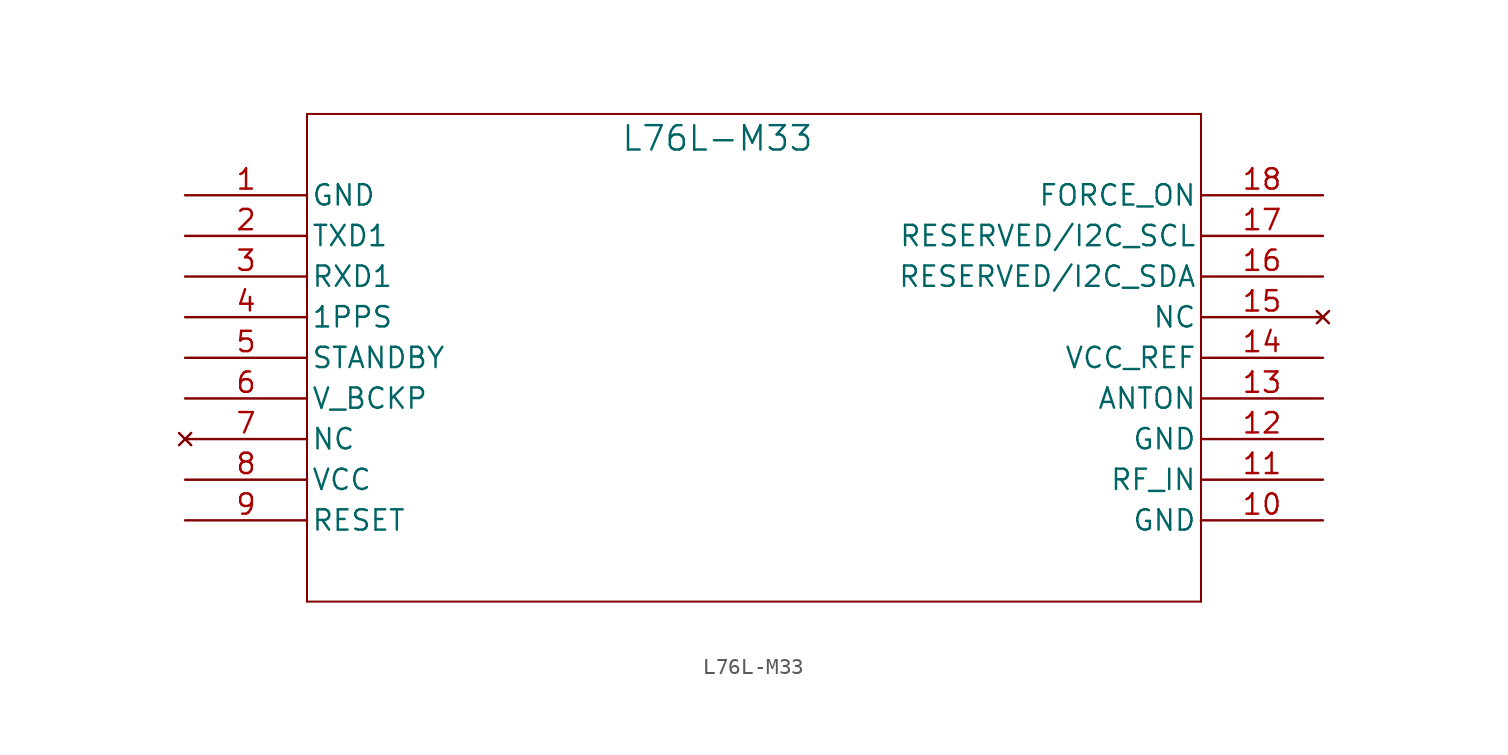
<source format=kicad_sym>
(kicad_symbol_lib
  (version 20231120)
  (generator "kicad_symbol_editor")
  (generator_version "8.0")
  (symbol "L76L-M33"
    (pin_names
      (offset 0.254))
    (property "Reference" "U"
      (at 33.528 -1.524 0)
      (effects (font (size 1.524 1.524)) (hide yes)))
    (property "Value" "L76L-M33"
      (at 33.274 3.556 0)
      (effects (font (size 1.524 1.524))))
    (property "ki_locked" ""
      (at 0 0 0)
      (effects (font (size 1.27 1.27))))
    (symbol "L76L-M33_0_1"
      (polyline (pts (xy 7.62 -25.4) (xy 63.5 -25.4)) (stroke (width 0.127) (type default)) (fill (type none)))
      (polyline (pts (xy 7.62 5.08) (xy 7.62 -25.4)) (stroke (width 0.127) (type default)) (fill (type none)))
      (polyline (pts (xy 63.5 -25.4) (xy 63.5 5.08)) (stroke (width 0.127) (type default)) (fill (type none)))
      (polyline (pts (xy 63.5 5.08) (xy 7.62 5.08)) (stroke (width 0.127) (type default)) (fill (type none)))
      (pin power_out line (at 0 0 0) (length 7.62) (name "GND" (effects (font (size 1.27 1.27)))) (number "1" (effects (font (size 1.27 1.27)))))
      (pin power_out line (at 71.12 -20.32 180) (length 7.62) (name "GND" (effects (font (size 1.27 1.27)))) (number "10" (effects (font (size 1.27 1.27)))))
      (pin input line (at 71.12 -17.78 180) (length 7.62) (name "RF_IN" (effects (font (size 1.27 1.27)))) (number "11" (effects (font (size 1.27 1.27)))))
      (pin power_out line (at 71.12 -15.24 180) (length 7.62) (name "GND" (effects (font (size 1.27 1.27)))) (number "12" (effects (font (size 1.27 1.27)))))
      (pin output line (at 71.12 -12.7 180) (length 7.62) (name "ANTON" (effects (font (size 1.27 1.27)))) (number "13" (effects (font (size 1.27 1.27)))))
      (pin power_in line (at 71.12 -10.16 180) (length 7.62) (name "VCC_REF" (effects (font (size 1.27 1.27)))) (number "14" (effects (font (size 1.27 1.27)))))
      (pin no_connect line (at 71.12 -7.62 180) (length 7.62) (name "NC" (effects (font (size 1.27 1.27)))) (number "15" (effects (font (size 1.27 1.27)))))
      (pin bidirectional line (at 71.12 -5.08 180) (length 7.62) (name "RESERVED/I2C_SDA" (effects (font (size 1.27 1.27)))) (number "16" (effects (font (size 1.27 1.27)))))
      (pin bidirectional line (at 71.12 -2.54 180) (length 7.62) (name "RESERVED/I2C_SCL" (effects (font (size 1.27 1.27)))) (number "17" (effects (font (size 1.27 1.27)))))
      (pin input line (at 71.12 0 180) (length 7.62) (name "FORCE_ON" (effects (font (size 1.27 1.27)))) (number "18" (effects (font (size 1.27 1.27)))))
      (pin output line (at 0 -2.54 0) (length 7.62) (name "TXD1" (effects (font (size 1.27 1.27)))) (number "2" (effects (font (size 1.27 1.27)))))
      (pin input line (at 0 -5.08 0) (length 7.62) (name "RXD1" (effects (font (size 1.27 1.27)))) (number "3" (effects (font (size 1.27 1.27)))))
      (pin output line (at 0 -7.62 0) (length 7.62) (name "1PPS" (effects (font (size 1.27 1.27)))) (number "4" (effects (font (size 1.27 1.27)))))
      (pin input line (at 0 -10.16 0) (length 7.62) (name "STANDBY" (effects (font (size 1.27 1.27)))) (number "5" (effects (font (size 1.27 1.27)))))
      (pin power_in line (at 0 -12.7 0) (length 7.62) (name "V_BCKP" (effects (font (size 1.27 1.27)))) (number "6" (effects (font (size 1.27 1.27)))))
      (pin no_connect line (at 0 -15.24 0) (length 7.62) (name "NC" (effects (font (size 1.27 1.27)))) (number "7" (effects (font (size 1.27 1.27)))))
      (pin power_in line (at 0 -17.78 0) (length 7.62) (name "VCC" (effects (font (size 1.27 1.27)))) (number "8" (effects (font (size 1.27 1.27)))))
      (pin input line (at 0 -20.32 0) (length 7.62) (name "RESET" (effects (font (size 1.27 1.27)))) (number "9" (effects (font (size 1.27 1.27))))))))
</source>
